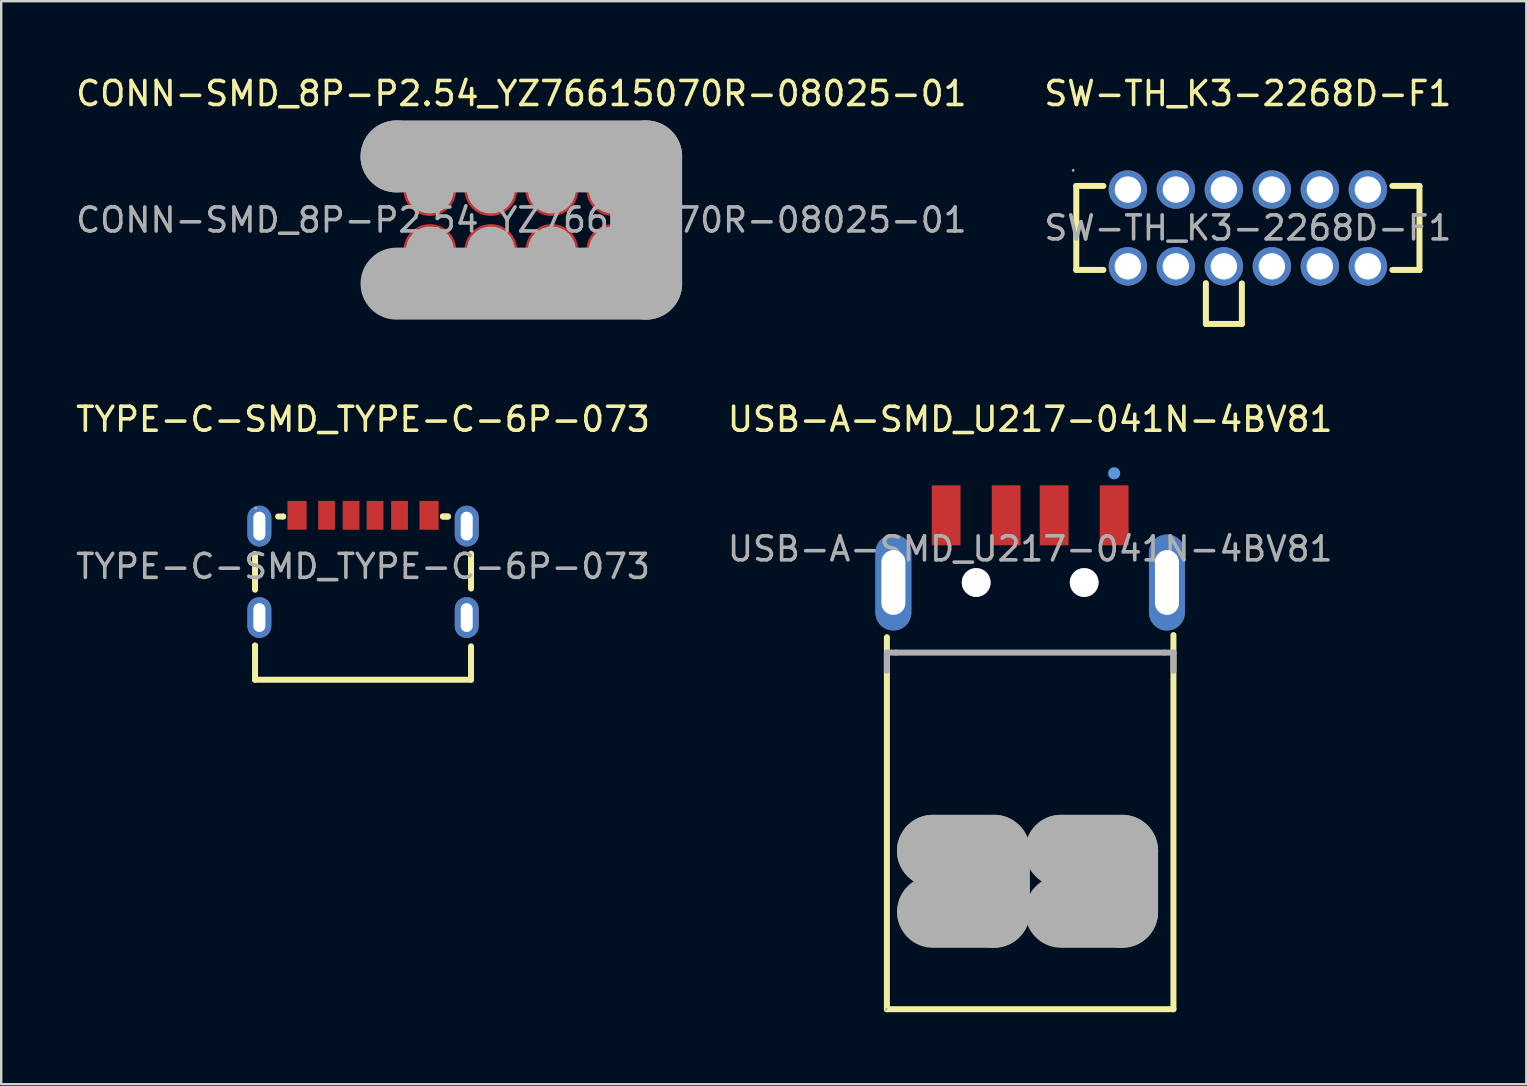
<source format=kicad_pcb>
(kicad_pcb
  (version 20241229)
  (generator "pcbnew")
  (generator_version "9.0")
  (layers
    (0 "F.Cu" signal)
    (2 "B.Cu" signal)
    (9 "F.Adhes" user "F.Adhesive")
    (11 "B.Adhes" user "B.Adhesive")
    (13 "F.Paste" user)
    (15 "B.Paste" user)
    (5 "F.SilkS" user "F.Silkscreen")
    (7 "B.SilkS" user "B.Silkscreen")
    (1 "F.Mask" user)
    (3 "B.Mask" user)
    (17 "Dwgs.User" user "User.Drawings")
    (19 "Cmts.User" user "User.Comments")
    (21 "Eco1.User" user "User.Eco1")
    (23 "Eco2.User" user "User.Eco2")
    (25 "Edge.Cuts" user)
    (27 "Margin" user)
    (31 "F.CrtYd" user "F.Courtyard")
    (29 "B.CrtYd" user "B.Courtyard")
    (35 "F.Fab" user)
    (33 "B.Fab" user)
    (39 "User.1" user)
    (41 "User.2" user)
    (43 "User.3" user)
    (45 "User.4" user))
  (footprint "SW-TH_K3-2268D-F1"
    (layer "F.Cu")
    (at 48.946 6.448)
    (property "Reference" "SW-TH_K3-2268D-F1" (at 0 -5.6 0) (layer "F.SilkS") (effects (font (size 1 1) (thickness 0.15))))
    (attr through_hole)
    (fp_line (start -7.15 -1.75) (end -6.02 -1.75) (stroke (width 0.25) (type solid)) (layer "F.SilkS"))
    (fp_line (start -7.15 1.75) (end -7.15 -1.75) (stroke (width 0.25) (type solid)) (layer "F.SilkS"))
    (fp_line (start -6.02 1.75) (end -7.15 1.75) (stroke (width 0.25) (type solid)) (layer "F.SilkS"))
    (fp_line (start -1.75 4) (end -1.75 2.3) (stroke (width 0.25) (type solid)) (layer "F.SilkS"))
    (fp_line (start -0.25 4) (end -1.75 4) (stroke (width 0.25) (type solid)) (layer "F.SilkS"))
    (fp_line (start -0.25 4) (end -0.25 2.31) (stroke (width 0.25) (type solid)) (layer "F.SilkS"))
    (fp_line (start 6.02 -1.75) (end 7.15 -1.75) (stroke (width 0.25) (type solid)) (layer "F.SilkS"))
    (fp_line (start 7.15 -1.75) (end 7.15 1.75) (stroke (width 0.25) (type solid)) (layer "F.SilkS"))
    (fp_line (start 7.15 1.75) (end 6.02 1.75) (stroke (width 0.25) (type solid)) (layer "F.SilkS"))
    (fp_circle (center -7.28 -2.4) (end -7.25 -2.4) (stroke (width 0.06) (type solid)) (fill no) (layer "F.Fab"))
    (fp_circle (center -5 -1.6) (end -4.77 -1.6) (stroke (width 0.45) (type solid)) (fill no) (layer "F.Fab"))
    (fp_circle (center -5 1.6) (end -4.77 1.6) (stroke (width 0.45) (type solid)) (fill no) (layer "F.Fab"))
    (fp_circle (center -3 -1.6) (end -2.77 -1.6) (stroke (width 0.45) (type solid)) (fill no) (layer "F.Fab"))
    (fp_circle (center -3 1.6) (end -2.77 1.6) (stroke (width 0.45) (type solid)) (fill no) (layer "F.Fab"))
    (fp_circle (center -1 -1.6) (end -0.77 -1.6) (stroke (width 0.45) (type solid)) (fill no) (layer "F.Fab"))
    (fp_circle (center -1 1.6) (end -0.77 1.6) (stroke (width 0.45) (type solid)) (fill no) (layer "F.Fab"))
    (fp_circle (center 1 -1.6) (end 1.23 -1.6) (stroke (width 0.45) (type solid)) (fill no) (layer "F.Fab"))
    (fp_circle (center 1 1.6) (end 1.23 1.6) (stroke (width 0.45) (type solid)) (fill no) (layer "F.Fab"))
    (fp_circle (center 3 -1.6) (end 3.23 -1.6) (stroke (width 0.45) (type solid)) (fill no) (layer "F.Fab"))
    (fp_circle (center 3 1.6) (end 3.23 1.6) (stroke (width 0.45) (type solid)) (fill no) (layer "F.Fab"))
    (fp_circle (center 5 -1.6) (end 5.23 -1.6) (stroke (width 0.45) (type solid)) (fill no) (layer "F.Fab"))
    (fp_circle (center 5 1.6) (end 5.23 1.6) (stroke (width 0.45) (type solid)) (fill no) (layer "F.Fab"))
    (fp_text user "${REFERENCE}" (at 0 0 0) (layer "F.Fab") (effects (font (size 1 1) (thickness 0.15))))
    (pad "1" thru_hole circle (at -5 -1.6) (size 1.6 1.6) (drill 1.1) (layers "*.Cu" "*.Mask"))
    (pad "2" thru_hole circle (at -3 -1.6) (size 1.6 1.6) (drill 1.1) (layers "*.Cu" "*.Mask"))
    (pad "3" thru_hole circle (at -1 -1.6) (size 1.6 1.6) (drill 1.1) (layers "*.Cu" "*.Mask"))
    (pad "4" thru_hole circle (at 1 -1.6) (size 1.6 1.6) (drill 1.1) (layers "*.Cu" "*.Mask"))
    (pad "5" thru_hole circle (at 3 -1.6) (size 1.6 1.6) (drill 1.1) (layers "*.Cu" "*.Mask"))
    (pad "6" thru_hole circle (at 5 -1.6) (size 1.6 1.6) (drill 1.1) (layers "*.Cu" "*.Mask"))
    (pad "7" thru_hole circle (at -5 1.6) (size 1.6 1.6) (drill 1.1) (layers "*.Cu" "*.Mask"))
    (pad "8" thru_hole circle (at -3 1.6) (size 1.6 1.6) (drill 1.1) (layers "*.Cu" "*.Mask"))
    (pad "9" thru_hole circle (at -1 1.6) (size 1.6 1.6) (drill 1.1) (layers "*.Cu" "*.Mask"))
    (pad "10" thru_hole circle (at 1 1.6) (size 1.6 1.6) (drill 1.1) (layers "*.Cu" "*.Mask"))
    (pad "11" thru_hole circle (at 3 1.6) (size 1.6 1.6) (drill 1.1) (layers "*.Cu" "*.Mask"))
    (pad "12" thru_hole circle (at 5 1.6) (size 1.6 1.6) (drill 1.1) (layers "*.Cu" "*.Mask")))
  (footprint "USB-A-SMD_U217-041N-4BV81"
    (layer "F.Cu")
    (at 39.875 19.822)
    (property "Reference" "USB-A-SMD_U217-041N-4BV81" (at 0 -5.4 0) (layer "F.SilkS") (effects (font (size 1 1) (thickness 0.15))))
    (attr smd)
    (fp_line (start -5.97 3.68) (end -5.97 19.18) (stroke (width 0.25) (type solid)) (layer "F.SilkS"))
    (fp_line (start -5.97 19.18) (end 5.97 19.18) (stroke (width 0.25) (type solid)) (layer "F.SilkS"))
    (fp_line (start 5.97 19.18) (end 5.97 3.59) (stroke (width 0.25) (type solid)) (layer "F.SilkS"))
    (fp_circle (center -2.25 1.4) (end -1.97 1.4) (stroke (width 0.55) (type solid)) (fill no) (layer "Cmts.User"))
    (fp_circle (center 2.25 1.4) (end 2.53 1.4) (stroke (width 0.55) (type solid)) (fill no) (layer "Cmts.User"))
    (fp_circle (center 3.5 -3.15) (end 3.63 -3.15) (stroke (width 0.25) (type solid)) (fill no) (layer "Cmts.User"))
    (fp_line (start -5.97 4.32) (end -5.97 5.08) (stroke (width 0.25) (type solid)) (layer "F.Fab"))
    (fp_line (start -5.59 4.32) (end -5.97 4.32) (stroke (width 0.25) (type solid)) (layer "F.Fab"))
    (fp_line (start -5.59 4.32) (end 5.59 4.32) (stroke (width 0.25) (type solid)) (layer "F.Fab"))
    (fp_line (start -4.05 12.58) (end -4.05 12.58) (stroke (width 3) (type solid)) (layer "F.Fab"))
    (fp_line (start -4.05 12.58) (end -1.51 12.58) (stroke (width 3) (type solid)) (layer "F.Fab"))
    (fp_line (start -1.51 12.58) (end -1.51 15.12) (stroke (width 3) (type solid)) (layer "F.Fab"))
    (fp_line (start -1.51 15.12) (end -4.05 15.12) (stroke (width 3) (type solid)) (layer "F.Fab"))
    (fp_line (start 1.29 12.58) (end 1.29 12.58) (stroke (width 3) (type solid)) (layer "F.Fab"))
    (fp_line (start 1.29 12.58) (end 3.83 12.58) (stroke (width 3) (type solid)) (layer "F.Fab"))
    (fp_line (start 3.83 12.58) (end 3.83 15.12) (stroke (width 3) (type solid)) (layer "F.Fab"))
    (fp_line (start 3.83 15.12) (end 1.29 15.12) (stroke (width 3) (type solid)) (layer "F.Fab"))
    (fp_line (start 5.59 4.32) (end 5.97 4.32) (stroke (width 0.25) (type solid)) (layer "F.Fab"))
    (fp_line (start 5.97 4.32) (end 5.97 5.08) (stroke (width 0.25) (type solid)) (layer "F.Fab"))
    (fp_circle (center -6 19.18) (end -5.97 19.18) (stroke (width 0.06) (type solid)) (fill no) (layer "F.Fab"))
    (fp_text user "${REFERENCE}" (at 0 0 0) (layer "F.Fab") (effects (font (size 1 1) (thickness 0.15))))
    (pad "" thru_hole circle (at -2.25 1.4) (size 1.2 1.2) (drill 1.2) (layers "*.Cu" "*.Mask"))
    (pad "" thru_hole circle (at 2.25 1.4) (size 1.2 1.2) (drill 1.2) (layers "*.Cu" "*.Mask"))
    (pad "1" smd rect (at 3.5 -1.4) (size 1.2 2.5) (layers "F.Cu" "F.Mask" "F.Paste"))
    (pad "2" smd rect (at 1 -1.4) (size 1.2 2.5) (layers "F.Cu" "F.Mask" "F.Paste"))
    (pad "3" smd rect (at -1 -1.4) (size 1.2 2.5) (layers "F.Cu" "F.Mask" "F.Paste"))
    (pad "4" smd rect (at -3.5 -1.4) (size 1.2 2.5) (layers "F.Cu" "F.Mask" "F.Paste"))
    (pad "5" thru_hole oval (at -5.7 1.4) (size 1.5 4) (drill oval 1 2.7) (layers "*.Cu" "*.Mask"))
    (pad "6" thru_hole oval (at 5.7 1.4) (size 1.5 4) (drill oval 1 2.7) (layers "*.Cu" "*.Mask")))
  (footprint "CONN-SMD_8P-P2.54_YZ76615070R-08025-01"
    (layer "F.Cu")
    (at 18.673 6.118)
    (property "Reference" "CONN-SMD_8P-P2.54_YZ76615070R-08025-01" (at 0 -5.27 0) (layer "F.SilkS") (effects (font (size 1 1) (thickness 0.15))))
    (attr smd)
    (fp_line (start -5.2 -2.65) (end -5.2 -2.65) (stroke (width 3) (type solid)) (layer "F.Fab"))
    (fp_line (start -5.2 -2.65) (end 5.2 -2.65) (stroke (width 3) (type solid)) (layer "F.Fab"))
    (fp_line (start 5.2 -2.65) (end 5.2 2.65) (stroke (width 3) (type solid)) (layer "F.Fab"))
    (fp_line (start 5.2 2.65) (end -5.2 2.65) (stroke (width 3) (type solid)) (layer "F.Fab"))
    (fp_circle (center -5.08 -2.54) (end -5.05 -2.54) (stroke (width 0.06) (type solid)) (fill no) (layer "F.Fab"))
    (fp_circle (center -3.81 -1.27) (end -3.31 -1.27) (stroke (width 1) (type solid)) (fill no) (layer "F.Fab"))
    (fp_circle (center -3.81 1.27) (end -3.31 1.27) (stroke (width 1) (type solid)) (fill no) (layer "F.Fab"))
    (fp_circle (center -1.27 -1.27) (end -0.77 -1.27) (stroke (width 1) (type solid)) (fill no) (layer "F.Fab"))
    (fp_circle (center -1.27 1.27) (end -0.77 1.27) (stroke (width 1) (type solid)) (fill no) (layer "F.Fab"))
    (fp_circle (center 1.27 -1.27) (end 1.77 -1.27) (stroke (width 1) (type solid)) (fill no) (layer "F.Fab"))
    (fp_circle (center 1.27 1.27) (end 1.77 1.27) (stroke (width 1) (type solid)) (fill no) (layer "F.Fab"))
    (fp_circle (center 3.81 -1.27) (end 4.31 -1.27) (stroke (width 1) (type solid)) (fill no) (layer "F.Fab"))
    (fp_circle (center 3.81 1.27) (end 4.31 1.27) (stroke (width 1) (type solid)) (fill no) (layer "F.Fab"))
    (fp_text user "${REFERENCE}" (at 0 0 0) (layer "F.Fab") (effects (font (size 1 1) (thickness 0.15))))
    (pad "1" smd circle (at -3.81 -1.27) (size 2.2 2.2) (layers "F.Cu" "F.Mask" "F.Paste"))
    (pad "2" smd circle (at -1.27 -1.27) (size 2.2 2.2) (layers "F.Cu" "F.Mask" "F.Paste"))
    (pad "3" smd circle (at 1.27 -1.27) (size 2.2 2.2) (layers "F.Cu" "F.Mask" "F.Paste"))
    (pad "4" smd circle (at 3.81 -1.27) (size 2.2 2.2) (layers "F.Cu" "F.Mask" "F.Paste"))
    (pad "5" smd circle (at 3.81 1.27) (size 2.2 2.2) (layers "F.Cu" "F.Mask" "F.Paste"))
    (pad "6" smd circle (at 1.27 1.27) (size 2.2 2.2) (layers "F.Cu" "F.Mask" "F.Paste"))
    (pad "7" smd circle (at -1.27 1.27) (size 2.2 2.2) (layers "F.Cu" "F.Mask" "F.Paste"))
    (pad "8" smd circle (at -3.81 1.27) (size 2.2 2.2) (layers "F.Cu" "F.Mask" "F.Paste")))
  (footprint "TYPE-C-SMD_TYPE-C-6P-073"
    (layer "F.Cu")
    (at 12.077 20.552)
    (property "Reference" "TYPE-C-SMD_TYPE-C-6P-073" (at 0 -6.13 0) (layer "F.SilkS") (effects (font (size 1 1) (thickness 0.15))))
    (attr smd)
    (fp_line (start -4.5 -0.48) (end -4.5 -0.52) (stroke (width 0.25) (type solid)) (layer "F.SilkS"))
    (fp_line (start -4.5 -0.48) (end -4.5 0.97) (stroke (width 0.25) (type solid)) (layer "F.SilkS"))
    (fp_line (start -4.5 3.3) (end -4.5 4.72) (stroke (width 0.25) (type solid)) (layer "F.SilkS"))
    (fp_line (start -4.5 3.33) (end -4.5 3.3) (stroke (width 0.25) (type solid)) (layer "F.SilkS"))
    (fp_line (start -4.5 4.72) (end 4.5 4.72) (stroke (width 0.25) (type solid)) (layer "F.SilkS"))
    (fp_line (start -3.54 -2.08) (end -3.33 -2.08) (stroke (width 0.25) (type solid)) (layer "F.SilkS"))
    (fp_line (start -3.33 -2.08) (end -3.33 -2.08) (stroke (width 0.25) (type solid)) (layer "F.SilkS"))
    (fp_line (start 3.33 -2.08) (end 3.54 -2.08) (stroke (width 0.25) (type solid)) (layer "F.SilkS"))
    (fp_line (start 3.33 -2.08) (end 3.54 -2.08) (stroke (width 0.25) (type solid)) (layer "F.SilkS"))
    (fp_line (start 4.5 0.92) (end 4.5 -0.53) (stroke (width 0.25) (type solid)) (layer "F.SilkS"))
    (fp_line (start 4.5 4.72) (end 4.5 3.33) (stroke (width 0.25) (type solid)) (layer "F.SilkS"))
    (fp_circle (center -4.47 -2.43) (end -4.44 -2.43) (stroke (width 0.06) (type solid)) (fill no) (layer "F.Fab"))
    (fp_text user "${REFERENCE}" (at 0 0 0) (layer "F.Fab") (effects (font (size 1 1) (thickness 0.15))))
    (pad "7" thru_hole oval (at -4.32 -1.68) (size 1 1.7) (drill oval 0.5 1.2) (layers "*.Cu" "*.Mask"))
    (pad "7" thru_hole oval (at -4.32 2.13) (size 1 1.7) (drill oval 0.5 1.2) (layers "*.Cu" "*.Mask"))
    (pad "7" thru_hole oval (at 4.32 -1.68) (size 1 1.7) (drill oval 0.5 1.2) (layers "*.Cu" "*.Mask"))
    (pad "7" thru_hole oval (at 4.32 2.13) (size 1 1.7) (drill oval 0.5 1.2) (layers "*.Cu" "*.Mask"))
    (pad "A5" smd rect (at -0.5 -2.13) (size 0.7 1.2) (layers "F.Cu" "F.Mask" "F.Paste"))
    (pad "A9" smd rect (at 1.52 -2.13) (size 0.7 1.2) (layers "F.Cu" "F.Mask" "F.Paste"))
    (pad "A12" smd rect (at 2.75 -2.13) (size 0.8 1.2) (layers "F.Cu" "F.Mask" "F.Paste"))
    (pad "B5" smd rect (at 0.5 -2.13) (size 0.7 1.2) (layers "F.Cu" "F.Mask" "F.Paste"))
    (pad "B9" smd rect (at -1.52 -2.13) (size 0.7 1.2) (layers "F.Cu" "F.Mask" "F.Paste"))
    (pad "B12" smd rect (at -2.75 -2.13) (size 0.8 1.2) (layers "F.Cu" "F.Mask" "F.Paste")))
  (gr_rect
    (start -3 -3)
    (end 60.548 42.127)
    (stroke (width 0.1) (type default))
    (fill no)
    (layer "Edge.Cuts")))
</source>
